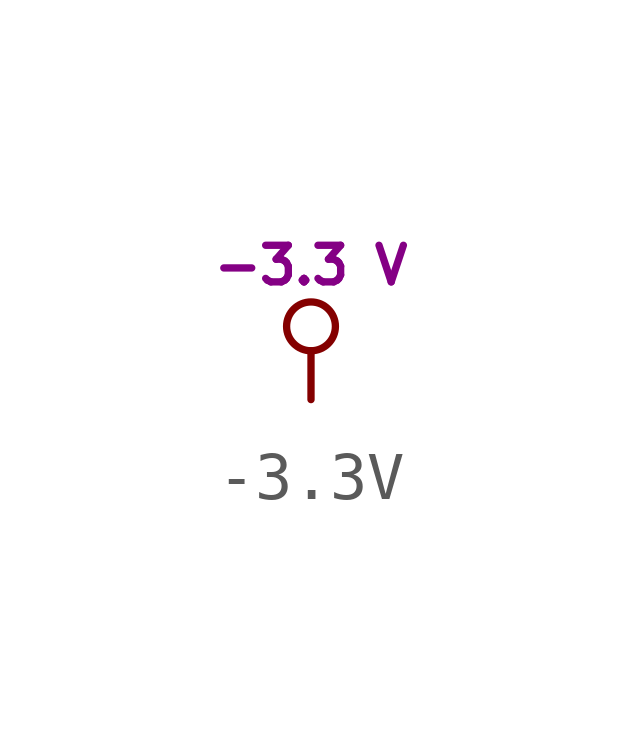
<source format=kicad_sym>
(kicad_symbol_lib
  (version 20211014)
  (generator kicad_symbol_editor)
  (symbol "-3.3V"
    (power)
    (pin_numbers hide)
    (pin_names
      (offset 0))
    (property "Reference" "#PWR"
      (at 0 3.556 0)
      (effects (font (size 0.508 0.508)) hide))
    (property "Footprint" ""
      (at 0 0 0)
      (effects (font (size 1.524 1.524))))
    (property "Datasheet" ""
      (at 0 3.556 0)
      (effects (font (size 1.524 1.524))))
    (property "Unit" "-3.3 V"
      (at 0 2.794 0)
      (effects (font (size 0.762 0.762))))
    (symbol "-3.3V_0_0"
      (polyline (pts (xy 0 0) (xy 0 1.016) (xy 0 1.016)) (stroke (width 0) (type default) (color 0 0 0 0)) (fill (type none)))
      (pin power_in line (at 0 0 90) (length 0) hide (name "-3.3V" (effects (font (size 0.635 0.635)))) (number "1" (effects (font (size 0.635 0.635))))))
    (symbol "-3.3V_0_1"
      (circle (center 0 1.524) (radius 0.508) (stroke (width 0) (type default) (color 0 0 0 0)) (fill (type none))))))
</source>
